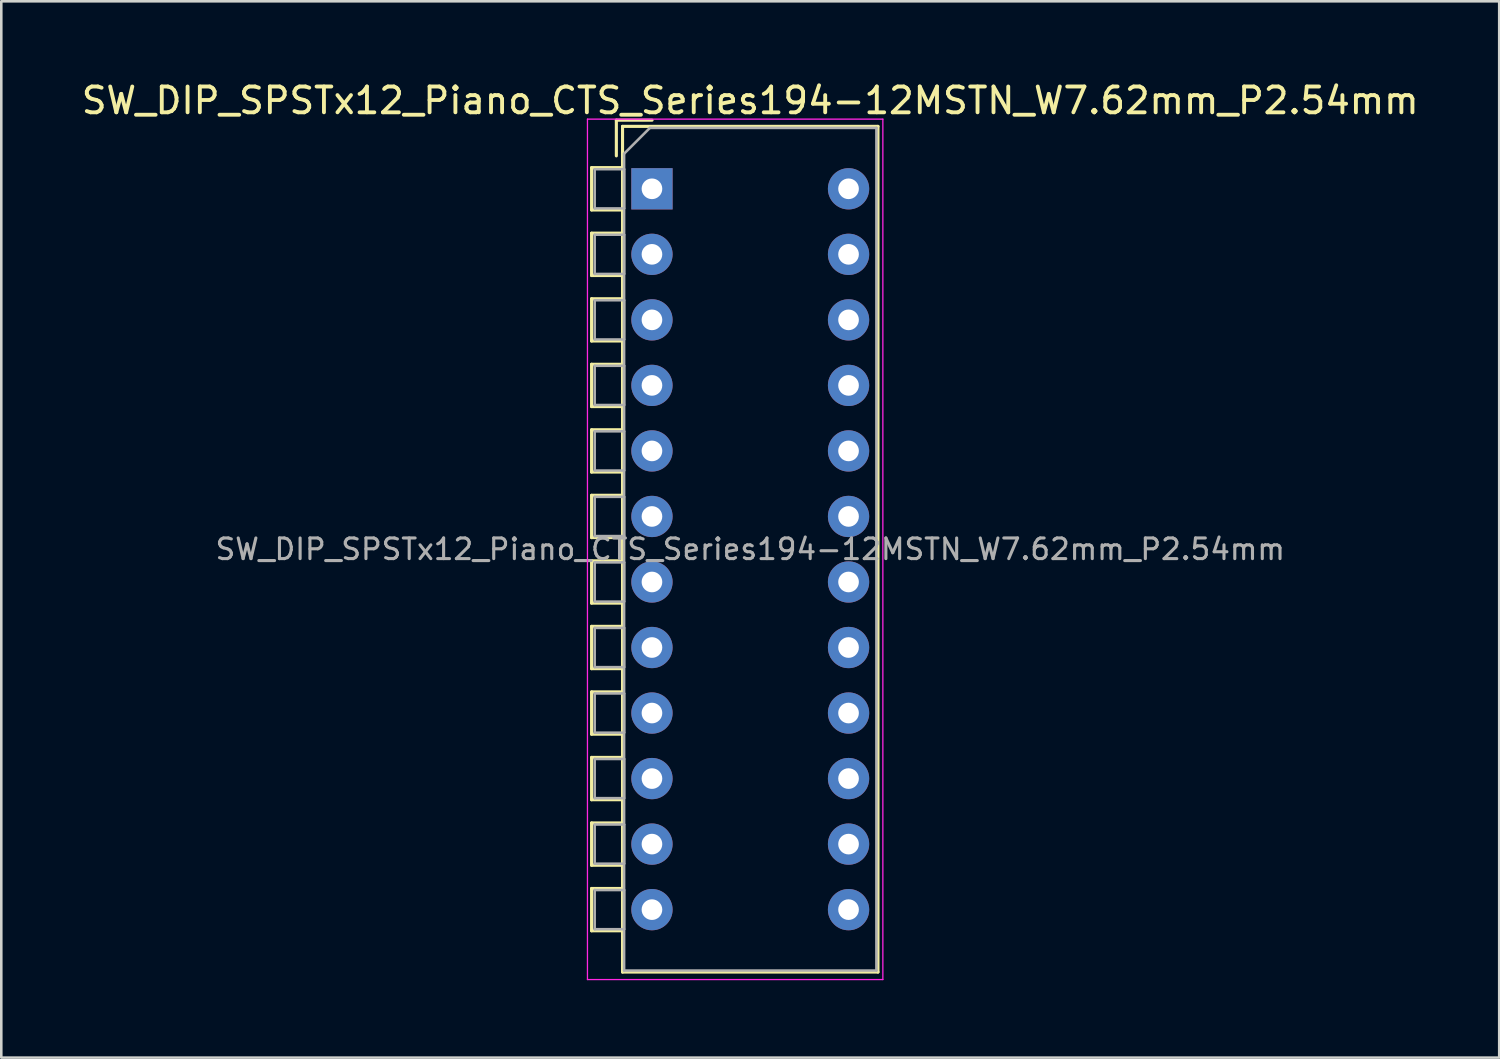
<source format=kicad_pcb>
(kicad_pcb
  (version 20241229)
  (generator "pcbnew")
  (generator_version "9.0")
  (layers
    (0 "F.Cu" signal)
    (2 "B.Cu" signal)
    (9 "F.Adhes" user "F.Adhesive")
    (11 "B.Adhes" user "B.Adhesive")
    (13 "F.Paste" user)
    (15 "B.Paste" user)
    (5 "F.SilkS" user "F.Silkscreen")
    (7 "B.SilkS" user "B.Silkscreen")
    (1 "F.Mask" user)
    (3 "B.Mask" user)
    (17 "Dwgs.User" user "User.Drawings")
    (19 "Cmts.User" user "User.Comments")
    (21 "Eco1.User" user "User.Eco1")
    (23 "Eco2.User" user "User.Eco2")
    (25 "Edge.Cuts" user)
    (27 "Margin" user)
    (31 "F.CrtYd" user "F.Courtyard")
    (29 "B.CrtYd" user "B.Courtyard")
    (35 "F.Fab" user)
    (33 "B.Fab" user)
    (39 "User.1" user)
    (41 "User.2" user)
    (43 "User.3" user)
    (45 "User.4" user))
  (footprint "SW_DIP_SPSTx12_Piano_CTS_Series194-12MSTN_W7.62mm_P2.54mm"
    (layer "F.Cu")
    (at 22.22 4.268)
    (property "Reference" "SW_DIP_SPSTx12_Piano_CTS_Series194-12MSTN_W7.62mm_P2.54mm" (at 3.81 -3.42 0) (layer "F.SilkS") (effects (font (size 1 1) (thickness 0.15))))
    (attr through_hole)
    (fp_line (start -2.34 -0.82) (end -2.34 0.82) (stroke (width 0.12) (type solid)) (layer "F.SilkS"))
    (fp_line (start -2.34 -0.82) (end -1.14 -0.82) (stroke (width 0.12) (type solid)) (layer "F.SilkS"))
    (fp_line (start -2.34 0.82) (end -1.14 0.82) (stroke (width 0.12) (type solid)) (layer "F.SilkS"))
    (fp_line (start -2.34 1.72) (end -2.34 3.361) (stroke (width 0.12) (type solid)) (layer "F.SilkS"))
    (fp_line (start -2.34 1.72) (end -1.14 1.72) (stroke (width 0.12) (type solid)) (layer "F.SilkS"))
    (fp_line (start -2.34 3.361) (end -1.14 3.361) (stroke (width 0.12) (type solid)) (layer "F.SilkS"))
    (fp_line (start -2.34 4.261) (end -2.34 5.9) (stroke (width 0.12) (type solid)) (layer "F.SilkS"))
    (fp_line (start -2.34 4.261) (end -1.14 4.261) (stroke (width 0.12) (type solid)) (layer "F.SilkS"))
    (fp_line (start -2.34 5.9) (end -1.14 5.9) (stroke (width 0.12) (type solid)) (layer "F.SilkS"))
    (fp_line (start -2.34 6.801) (end -2.34 8.441) (stroke (width 0.12) (type solid)) (layer "F.SilkS"))
    (fp_line (start -2.34 6.801) (end -1.14 6.801) (stroke (width 0.12) (type solid)) (layer "F.SilkS"))
    (fp_line (start -2.34 8.441) (end -1.14 8.441) (stroke (width 0.12) (type solid)) (layer "F.SilkS"))
    (fp_line (start -2.34 9.34) (end -2.34 10.98) (stroke (width 0.12) (type solid)) (layer "F.SilkS"))
    (fp_line (start -2.34 9.34) (end -1.14 9.34) (stroke (width 0.12) (type solid)) (layer "F.SilkS"))
    (fp_line (start -2.34 10.98) (end -1.14 10.98) (stroke (width 0.12) (type solid)) (layer "F.SilkS"))
    (fp_line (start -2.34 11.88) (end -2.34 13.52) (stroke (width 0.12) (type solid)) (layer "F.SilkS"))
    (fp_line (start -2.34 11.88) (end -1.14 11.88) (stroke (width 0.12) (type solid)) (layer "F.SilkS"))
    (fp_line (start -2.34 13.52) (end -1.14 13.52) (stroke (width 0.12) (type solid)) (layer "F.SilkS"))
    (fp_line (start -2.34 14.42) (end -2.34 16.06) (stroke (width 0.12) (type solid)) (layer "F.SilkS"))
    (fp_line (start -2.34 14.42) (end -1.14 14.42) (stroke (width 0.12) (type solid)) (layer "F.SilkS"))
    (fp_line (start -2.34 16.06) (end -1.14 16.06) (stroke (width 0.12) (type solid)) (layer "F.SilkS"))
    (fp_line (start -2.34 16.96) (end -2.34 18.6) (stroke (width 0.12) (type solid)) (layer "F.SilkS"))
    (fp_line (start -2.34 16.96) (end -1.14 16.96) (stroke (width 0.12) (type solid)) (layer "F.SilkS"))
    (fp_line (start -2.34 18.6) (end -1.14 18.6) (stroke (width 0.12) (type solid)) (layer "F.SilkS"))
    (fp_line (start -2.34 19.5) (end -2.34 21.14) (stroke (width 0.12) (type solid)) (layer "F.SilkS"))
    (fp_line (start -2.34 19.5) (end -1.14 19.5) (stroke (width 0.12) (type solid)) (layer "F.SilkS"))
    (fp_line (start -2.34 21.14) (end -1.14 21.14) (stroke (width 0.12) (type solid)) (layer "F.SilkS"))
    (fp_line (start -2.34 22.04) (end -2.34 23.68) (stroke (width 0.12) (type solid)) (layer "F.SilkS"))
    (fp_line (start -2.34 22.04) (end -1.14 22.04) (stroke (width 0.12) (type solid)) (layer "F.SilkS"))
    (fp_line (start -2.34 23.68) (end -1.14 23.68) (stroke (width 0.12) (type solid)) (layer "F.SilkS"))
    (fp_line (start -2.34 24.58) (end -2.34 26.22) (stroke (width 0.12) (type solid)) (layer "F.SilkS"))
    (fp_line (start -2.34 24.58) (end -1.14 24.58) (stroke (width 0.12) (type solid)) (layer "F.SilkS"))
    (fp_line (start -2.34 26.22) (end -1.14 26.22) (stroke (width 0.12) (type solid)) (layer "F.SilkS"))
    (fp_line (start -2.34 27.12) (end -2.34 28.76) (stroke (width 0.12) (type solid)) (layer "F.SilkS"))
    (fp_line (start -2.34 27.12) (end -1.14 27.12) (stroke (width 0.12) (type solid)) (layer "F.SilkS"))
    (fp_line (start -2.34 28.76) (end -1.14 28.76) (stroke (width 0.12) (type solid)) (layer "F.SilkS"))
    (fp_line (start -1.38 -2.66) (end -1.38 -1.277) (stroke (width 0.12) (type solid)) (layer "F.SilkS"))
    (fp_line (start -1.38 -2.66) (end 0.004 -2.66) (stroke (width 0.12) (type solid)) (layer "F.SilkS"))
    (fp_line (start -1.14 -2.42) (end -1.14 30.36) (stroke (width 0.12) (type solid)) (layer "F.SilkS"))
    (fp_line (start -1.14 -2.42) (end 8.76 -2.42) (stroke (width 0.12) (type solid)) (layer "F.SilkS"))
    (fp_line (start -1.14 -0.82) (end -1.14 0.82) (stroke (width 0.12) (type solid)) (layer "F.SilkS"))
    (fp_line (start -1.14 1.72) (end -1.14 3.361) (stroke (width 0.12) (type solid)) (layer "F.SilkS"))
    (fp_line (start -1.14 4.261) (end -1.14 5.9) (stroke (width 0.12) (type solid)) (layer "F.SilkS"))
    (fp_line (start -1.14 6.801) (end -1.14 8.441) (stroke (width 0.12) (type solid)) (layer "F.SilkS"))
    (fp_line (start -1.14 9.34) (end -1.14 10.98) (stroke (width 0.12) (type solid)) (layer "F.SilkS"))
    (fp_line (start -1.14 11.88) (end -1.14 13.52) (stroke (width 0.12) (type solid)) (layer "F.SilkS"))
    (fp_line (start -1.14 14.42) (end -1.14 16.06) (stroke (width 0.12) (type solid)) (layer "F.SilkS"))
    (fp_line (start -1.14 16.96) (end -1.14 18.6) (stroke (width 0.12) (type solid)) (layer "F.SilkS"))
    (fp_line (start -1.14 19.5) (end -1.14 21.14) (stroke (width 0.12) (type solid)) (layer "F.SilkS"))
    (fp_line (start -1.14 22.04) (end -1.14 23.68) (stroke (width 0.12) (type solid)) (layer "F.SilkS"))
    (fp_line (start -1.14 24.58) (end -1.14 26.22) (stroke (width 0.12) (type solid)) (layer "F.SilkS"))
    (fp_line (start -1.14 27.12) (end -1.14 28.76) (stroke (width 0.12) (type solid)) (layer "F.SilkS"))
    (fp_line (start -1.14 30.36) (end 8.76 30.36) (stroke (width 0.12) (type solid)) (layer "F.SilkS"))
    (fp_line (start 8.76 -2.42) (end 8.76 30.36) (stroke (width 0.12) (type solid)) (layer "F.SilkS"))
    (fp_line (start -2.5 -2.7) (end -2.5 30.65) (stroke (width 0.05) (type solid)) (layer "F.CrtYd"))
    (fp_line (start -2.5 30.65) (end 8.95 30.65) (stroke (width 0.05) (type solid)) (layer "F.CrtYd"))
    (fp_line (start 8.95 -2.7) (end -2.5 -2.7) (stroke (width 0.05) (type solid)) (layer "F.CrtYd"))
    (fp_line (start 8.95 30.65) (end 8.95 -2.7) (stroke (width 0.05) (type solid)) (layer "F.CrtYd"))
    (fp_line (start -2.22 -0.76) (end -1.08 -0.76) (stroke (width 0.1) (type solid)) (layer "F.Fab"))
    (fp_line (start -2.22 0.76) (end -2.22 -0.76) (stroke (width 0.1) (type solid)) (layer "F.Fab"))
    (fp_line (start -2.22 1.78) (end -1.08 1.78) (stroke (width 0.1) (type solid)) (layer "F.Fab"))
    (fp_line (start -2.22 3.3) (end -2.22 1.78) (stroke (width 0.1) (type solid)) (layer "F.Fab"))
    (fp_line (start -2.22 4.32) (end -1.08 4.32) (stroke (width 0.1) (type solid)) (layer "F.Fab"))
    (fp_line (start -2.22 5.84) (end -2.22 4.32) (stroke (width 0.1) (type solid)) (layer "F.Fab"))
    (fp_line (start -2.22 6.86) (end -1.08 6.86) (stroke (width 0.1) (type solid)) (layer "F.Fab"))
    (fp_line (start -2.22 8.38) (end -2.22 6.86) (stroke (width 0.1) (type solid)) (layer "F.Fab"))
    (fp_line (start -2.22 9.4) (end -1.08 9.4) (stroke (width 0.1) (type solid)) (layer "F.Fab"))
    (fp_line (start -2.22 10.92) (end -2.22 9.4) (stroke (width 0.1) (type solid)) (layer "F.Fab"))
    (fp_line (start -2.22 11.94) (end -1.08 11.94) (stroke (width 0.1) (type solid)) (layer "F.Fab"))
    (fp_line (start -2.22 13.46) (end -2.22 11.94) (stroke (width 0.1) (type solid)) (layer "F.Fab"))
    (fp_line (start -2.22 14.48) (end -1.08 14.48) (stroke (width 0.1) (type solid)) (layer "F.Fab"))
    (fp_line (start -2.22 16) (end -2.22 14.48) (stroke (width 0.1) (type solid)) (layer "F.Fab"))
    (fp_line (start -2.22 17.02) (end -1.08 17.02) (stroke (width 0.1) (type solid)) (layer "F.Fab"))
    (fp_line (start -2.22 18.54) (end -2.22 17.02) (stroke (width 0.1) (type solid)) (layer "F.Fab"))
    (fp_line (start -2.22 19.56) (end -1.08 19.56) (stroke (width 0.1) (type solid)) (layer "F.Fab"))
    (fp_line (start -2.22 21.08) (end -2.22 19.56) (stroke (width 0.1) (type solid)) (layer "F.Fab"))
    (fp_line (start -2.22 22.1) (end -1.08 22.1) (stroke (width 0.1) (type solid)) (layer "F.Fab"))
    (fp_line (start -2.22 23.62) (end -2.22 22.1) (stroke (width 0.1) (type solid)) (layer "F.Fab"))
    (fp_line (start -2.22 24.64) (end -1.08 24.64) (stroke (width 0.1) (type solid)) (layer "F.Fab"))
    (fp_line (start -2.22 26.16) (end -2.22 24.64) (stroke (width 0.1) (type solid)) (layer "F.Fab"))
    (fp_line (start -2.22 27.18) (end -1.08 27.18) (stroke (width 0.1) (type solid)) (layer "F.Fab"))
    (fp_line (start -2.22 28.7) (end -2.22 27.18) (stroke (width 0.1) (type solid)) (layer "F.Fab"))
    (fp_line (start -1.08 -1.36) (end -0.08 -2.36) (stroke (width 0.1) (type solid)) (layer "F.Fab"))
    (fp_line (start -1.08 -0.76) (end -1.08 0.76) (stroke (width 0.1) (type solid)) (layer "F.Fab"))
    (fp_line (start -1.08 0.76) (end -2.22 0.76) (stroke (width 0.1) (type solid)) (layer "F.Fab"))
    (fp_line (start -1.08 1.78) (end -1.08 3.3) (stroke (width 0.1) (type solid)) (layer "F.Fab"))
    (fp_line (start -1.08 3.3) (end -2.22 3.3) (stroke (width 0.1) (type solid)) (layer "F.Fab"))
    (fp_line (start -1.08 4.32) (end -1.08 5.84) (stroke (width 0.1) (type solid)) (layer "F.Fab"))
    (fp_line (start -1.08 5.84) (end -2.22 5.84) (stroke (width 0.1) (type solid)) (layer "F.Fab"))
    (fp_line (start -1.08 6.86) (end -1.08 8.38) (stroke (width 0.1) (type solid)) (layer "F.Fab"))
    (fp_line (start -1.08 8.38) (end -2.22 8.38) (stroke (width 0.1) (type solid)) (layer "F.Fab"))
    (fp_line (start -1.08 9.4) (end -1.08 10.92) (stroke (width 0.1) (type solid)) (layer "F.Fab"))
    (fp_line (start -1.08 10.92) (end -2.22 10.92) (stroke (width 0.1) (type solid)) (layer "F.Fab"))
    (fp_line (start -1.08 11.94) (end -1.08 13.46) (stroke (width 0.1) (type solid)) (layer "F.Fab"))
    (fp_line (start -1.08 13.46) (end -2.22 13.46) (stroke (width 0.1) (type solid)) (layer "F.Fab"))
    (fp_line (start -1.08 14.48) (end -1.08 16) (stroke (width 0.1) (type solid)) (layer "F.Fab"))
    (fp_line (start -1.08 16) (end -2.22 16) (stroke (width 0.1) (type solid)) (layer "F.Fab"))
    (fp_line (start -1.08 17.02) (end -1.08 18.54) (stroke (width 0.1) (type solid)) (layer "F.Fab"))
    (fp_line (start -1.08 18.54) (end -2.22 18.54) (stroke (width 0.1) (type solid)) (layer "F.Fab"))
    (fp_line (start -1.08 19.56) (end -1.08 21.08) (stroke (width 0.1) (type solid)) (layer "F.Fab"))
    (fp_line (start -1.08 21.08) (end -2.22 21.08) (stroke (width 0.1) (type solid)) (layer "F.Fab"))
    (fp_line (start -1.08 22.1) (end -1.08 23.62) (stroke (width 0.1) (type solid)) (layer "F.Fab"))
    (fp_line (start -1.08 23.62) (end -2.22 23.62) (stroke (width 0.1) (type solid)) (layer "F.Fab"))
    (fp_line (start -1.08 24.64) (end -1.08 26.16) (stroke (width 0.1) (type solid)) (layer "F.Fab"))
    (fp_line (start -1.08 26.16) (end -2.22 26.16) (stroke (width 0.1) (type solid)) (layer "F.Fab"))
    (fp_line (start -1.08 27.18) (end -1.08 28.7) (stroke (width 0.1) (type solid)) (layer "F.Fab"))
    (fp_line (start -1.08 28.7) (end -2.22 28.7) (stroke (width 0.1) (type solid)) (layer "F.Fab"))
    (fp_line (start -1.08 30.3) (end -1.08 -1.36) (stroke (width 0.1) (type solid)) (layer "F.Fab"))
    (fp_line (start -0.08 -2.36) (end 8.7 -2.36) (stroke (width 0.1) (type solid)) (layer "F.Fab"))
    (fp_line (start 8.7 -2.36) (end 8.7 30.3) (stroke (width 0.1) (type solid)) (layer "F.Fab"))
    (fp_line (start 8.7 30.3) (end -1.08 30.3) (stroke (width 0.1) (type solid)) (layer "F.Fab"))
    (fp_text user "${REFERENCE}" (at 3.81 13.97 0) (layer "F.Fab") (effects (font (size 0.8 0.8) (thickness 0.12))))
    (pad "1" thru_hole rect (at 0 0) (size 1.6 1.6) (drill 0.8) (layers "*.Cu" "*.Mask"))
    (pad "2" thru_hole oval (at 0 2.54) (size 1.6 1.6) (drill 0.8) (layers "*.Cu" "*.Mask"))
    (pad "3" thru_hole oval (at 0 5.08) (size 1.6 1.6) (drill 0.8) (layers "*.Cu" "*.Mask"))
    (pad "4" thru_hole oval (at 0 7.62) (size 1.6 1.6) (drill 0.8) (layers "*.Cu" "*.Mask"))
    (pad "5" thru_hole oval (at 0 10.16) (size 1.6 1.6) (drill 0.8) (layers "*.Cu" "*.Mask"))
    (pad "6" thru_hole oval (at 0 12.7) (size 1.6 1.6) (drill 0.8) (layers "*.Cu" "*.Mask"))
    (pad "7" thru_hole oval (at 0 15.24) (size 1.6 1.6) (drill 0.8) (layers "*.Cu" "*.Mask"))
    (pad "8" thru_hole oval (at 0 17.78) (size 1.6 1.6) (drill 0.8) (layers "*.Cu" "*.Mask"))
    (pad "9" thru_hole oval (at 0 20.32) (size 1.6 1.6) (drill 0.8) (layers "*.Cu" "*.Mask"))
    (pad "10" thru_hole oval (at 0 22.86) (size 1.6 1.6) (drill 0.8) (layers "*.Cu" "*.Mask"))
    (pad "11" thru_hole oval (at 0 25.4) (size 1.6 1.6) (drill 0.8) (layers "*.Cu" "*.Mask"))
    (pad "12" thru_hole oval (at 0 27.94) (size 1.6 1.6) (drill 0.8) (layers "*.Cu" "*.Mask"))
    (pad "13" thru_hole oval (at 7.62 27.94) (size 1.6 1.6) (drill 0.8) (layers "*.Cu" "*.Mask"))
    (pad "14" thru_hole oval (at 7.62 25.4) (size 1.6 1.6) (drill 0.8) (layers "*.Cu" "*.Mask"))
    (pad "15" thru_hole oval (at 7.62 22.86) (size 1.6 1.6) (drill 0.8) (layers "*.Cu" "*.Mask"))
    (pad "16" thru_hole oval (at 7.62 20.32) (size 1.6 1.6) (drill 0.8) (layers "*.Cu" "*.Mask"))
    (pad "17" thru_hole oval (at 7.62 17.78) (size 1.6 1.6) (drill 0.8) (layers "*.Cu" "*.Mask"))
    (pad "18" thru_hole oval (at 7.62 15.24) (size 1.6 1.6) (drill 0.8) (layers "*.Cu" "*.Mask"))
    (pad "19" thru_hole oval (at 7.62 12.7) (size 1.6 1.6) (drill 0.8) (layers "*.Cu" "*.Mask"))
    (pad "20" thru_hole oval (at 7.62 10.16) (size 1.6 1.6) (drill 0.8) (layers "*.Cu" "*.Mask"))
    (pad "21" thru_hole oval (at 7.62 7.62) (size 1.6 1.6) (drill 0.8) (layers "*.Cu" "*.Mask"))
    (pad "22" thru_hole oval (at 7.62 5.08) (size 1.6 1.6) (drill 0.8) (layers "*.Cu" "*.Mask"))
    (pad "23" thru_hole oval (at 7.62 2.54) (size 1.6 1.6) (drill 0.8) (layers "*.Cu" "*.Mask"))
    (pad "24" thru_hole oval (at 7.62 0) (size 1.6 1.6) (drill 0.8) (layers "*.Cu" "*.Mask")))
  (gr_rect
    (start -3 -3)
    (end 55.06 37.943)
    (stroke (width 0.1) (type default))
    (fill no)
    (layer "Edge.Cuts")))
</source>
